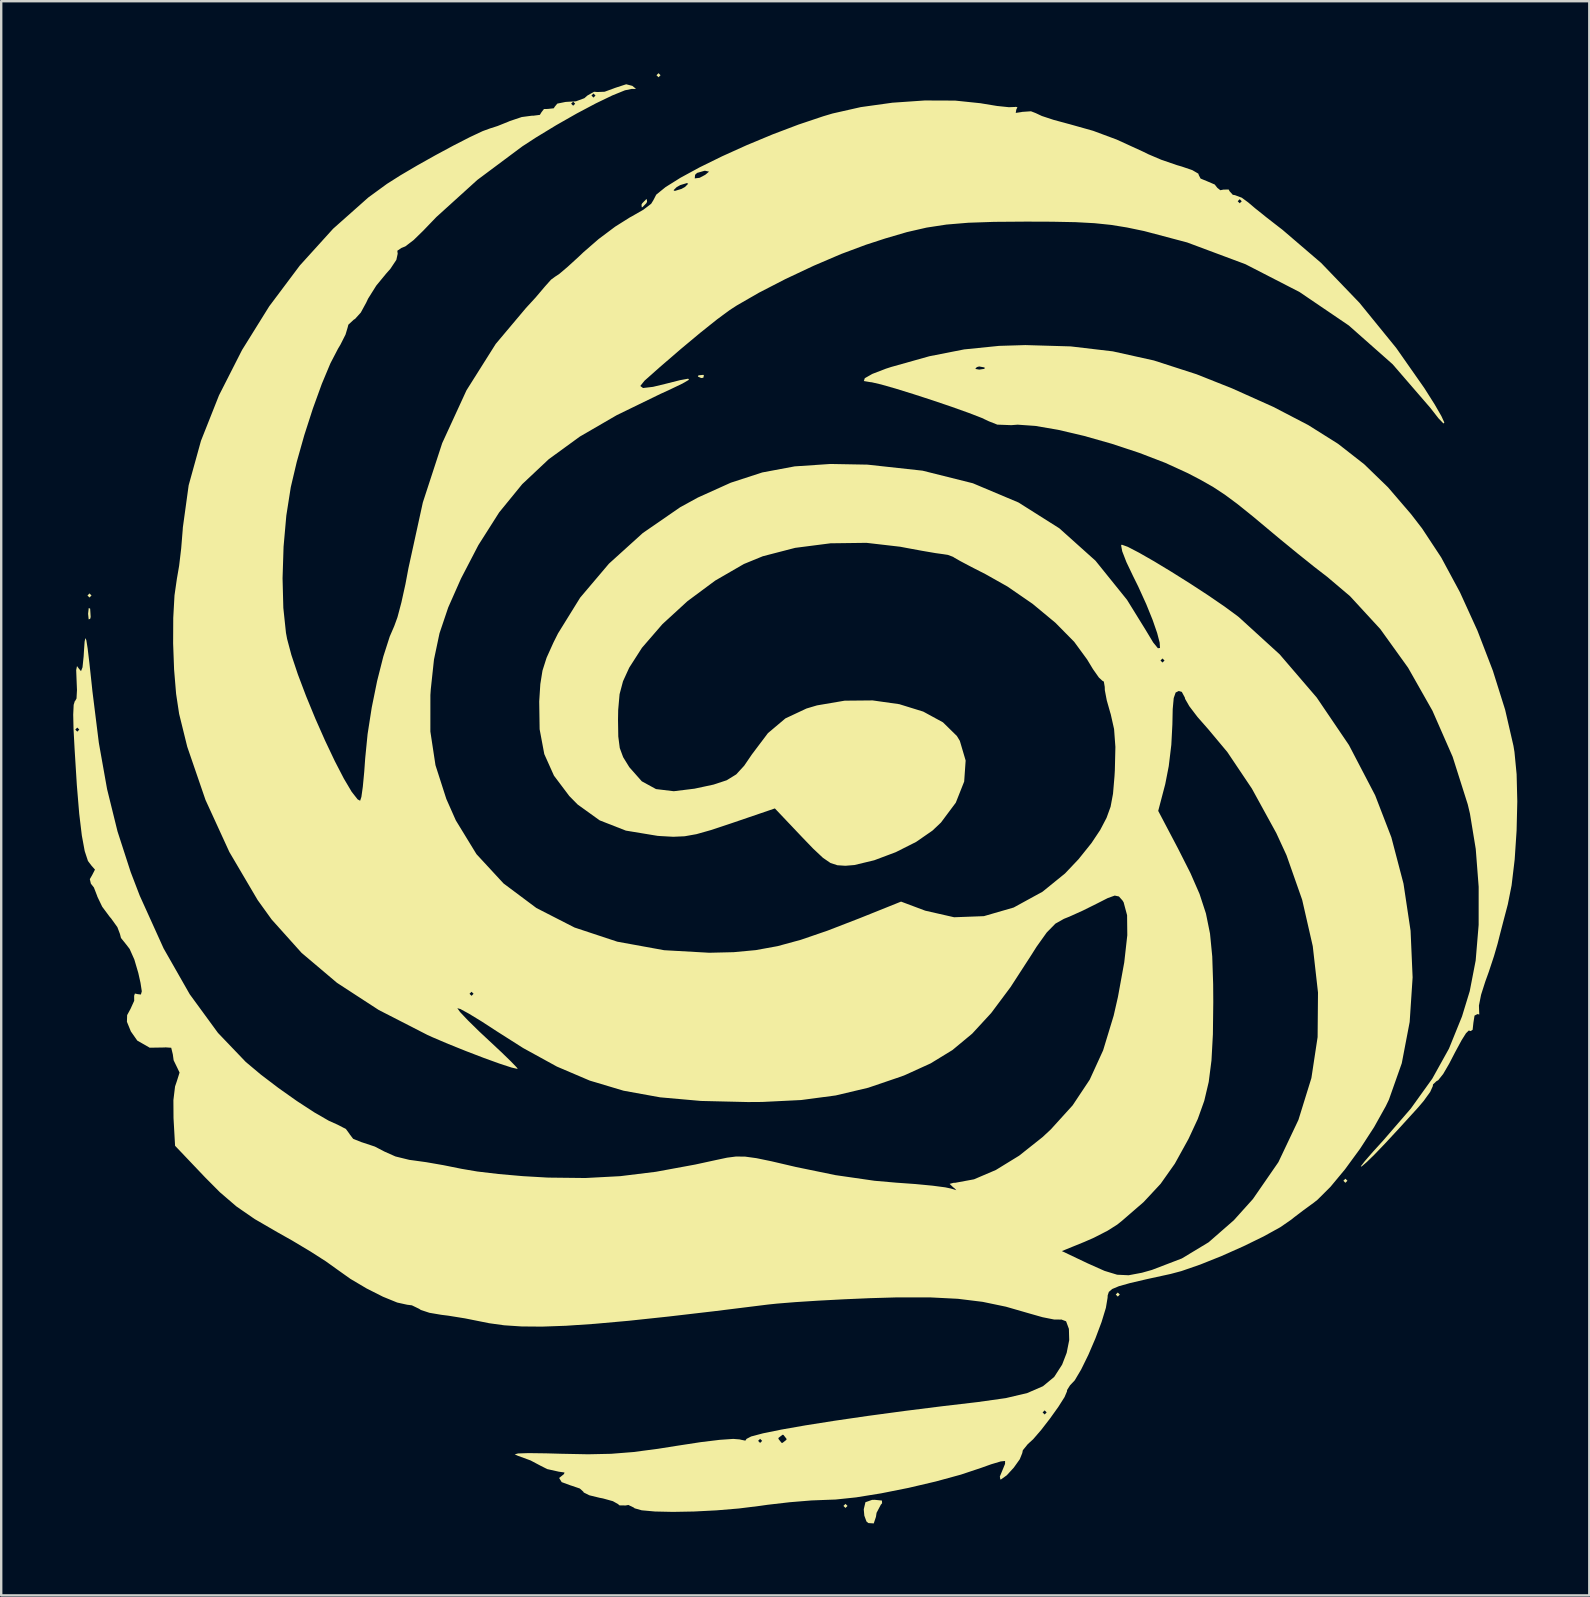
<source format=kicad_pcb>
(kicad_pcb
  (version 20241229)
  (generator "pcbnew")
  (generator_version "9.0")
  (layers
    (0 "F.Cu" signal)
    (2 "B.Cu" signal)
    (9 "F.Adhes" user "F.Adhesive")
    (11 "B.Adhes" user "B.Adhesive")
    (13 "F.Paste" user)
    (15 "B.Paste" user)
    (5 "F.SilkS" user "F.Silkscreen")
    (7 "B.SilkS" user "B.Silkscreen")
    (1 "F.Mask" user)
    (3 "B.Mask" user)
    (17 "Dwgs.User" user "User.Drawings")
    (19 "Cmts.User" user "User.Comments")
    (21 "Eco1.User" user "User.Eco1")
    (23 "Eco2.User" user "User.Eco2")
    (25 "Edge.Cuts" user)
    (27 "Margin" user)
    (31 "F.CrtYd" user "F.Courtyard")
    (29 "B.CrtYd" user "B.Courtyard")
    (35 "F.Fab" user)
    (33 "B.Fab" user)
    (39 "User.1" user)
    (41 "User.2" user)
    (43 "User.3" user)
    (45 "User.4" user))
  (footprint "silk"
    (layer "F.Cu")
    (at 29.719 29.633)
    (property "Reference" "silk" (at 0 0 0) (layer "F.SilkS") (effects (font (size 1.5 1.5) (thickness 0.3))))
    (attr board_only exclude_from_pos_files exclude_from_bom)
    (fp_poly (pts (xy -28.956 -7.874) (xy -29.041 -7.789) (xy -29.125 -7.874) (xy -29.041 -7.959)) (stroke (width 0) (type solid)) (fill yes) (layer "F.SilkS"))
    (fp_poly (pts (xy -5.249 -29.549) (xy -5.334 -29.464) (xy -5.419 -29.549) (xy -5.334 -29.633)) (stroke (width 0) (type solid)) (fill yes) (layer "F.SilkS"))
    (fp_poly (pts (xy 2.54 30.057) (xy 2.455 30.141) (xy 2.371 30.057) (xy 2.455 29.972)) (stroke (width 0) (type solid)) (fill yes) (layer "F.SilkS"))
    (fp_poly (pts (xy 13.885 21.251) (xy 13.801 21.336) (xy 13.716 21.251) (xy 13.801 21.167)) (stroke (width 0) (type solid)) (fill yes) (layer "F.SilkS"))
    (fp_poly (pts (xy 23.368 16.51) (xy 23.283 16.595) (xy 23.199 16.51) (xy 23.283 16.425)) (stroke (width 0) (type solid)) (fill yes) (layer "F.SilkS"))
    (fp_poly (pts (xy -29.013 -7.324) (xy -28.991 -6.977) (xy -29.013 -6.9) (xy -29.075 -6.879) (xy -29.099 -7.112) (xy -29.072 -7.352)) (stroke (width 0) (type solid)) (fill yes) (layer "F.SilkS"))
    (fp_poly (pts (xy -3.443 -17.046) (xy -3.466 -16.946) (xy -3.556 -16.933) (xy -3.695 -16.995) (xy -3.669 -17.046) (xy -3.468 -17.066)) (stroke (width 0) (type solid)) (fill yes) (layer "F.SilkS"))
    (fp_poly (pts (xy -5.81 -24.275) (xy -5.842 -24.215) (xy -6.002 -24.053) (xy -6.031 -24.045) (xy -6.043 -24.155) (xy -6.011 -24.215) (xy -5.852 -24.376) (xy -5.822 -24.384)) (stroke (width 0) (type solid)) (fill yes) (layer "F.SilkS"))
    (fp_poly (pts (xy 3.975 29.833) (xy 3.981 29.947) (xy 3.929 30.006) (xy 3.75 30.346) (xy 3.725 30.514) (xy 3.633 30.786) (xy 3.411 30.772) (xy 3.33 30.706) (xy 3.241 30.463) (xy 3.217 30.198) (xy 3.287 29.903) (xy 3.562 29.806) (xy 3.675 29.803)) (stroke (width 0) (type solid)) (fill yes) (layer "F.SilkS"))
    (fp_poly (pts (xy 11.84 -18.251) (xy 13.591 -18.045) (xy 15.305 -17.665) (xy 17.084 -17.09) (xy 18.56 -16.503) (xy 20.285 -15.729) (xy 21.737 -14.973) (xy 22.977 -14.193) (xy 24.064 -13.344) (xy 25.058 -12.381) (xy 26.02 -11.261) (xy 26.478 -10.667) (xy 27.274 -9.46) (xy 28.056 -8.008) (xy 28.787 -6.404) (xy 29.427 -4.741) (xy 29.939 -3.112) (xy 30.285 -1.61) (xy 30.327 -1.355) (xy 30.417 -0.425) (xy 30.445 0.704) (xy 30.416 1.924) (xy 30.336 3.126) (xy 30.208 4.202) (xy 30.05 4.995) (xy 29.874 5.663) (xy 29.708 6.303) (xy 29.624 6.636) (xy 29.473 7.155) (xy 29.257 7.808) (xy 29.112 8.21) (xy 28.936 8.762) (xy 28.847 9.211) (xy 28.854 9.415) (xy 28.862 9.583) (xy 28.785 9.566) (xy 28.663 9.63) (xy 28.617 9.924) (xy 28.584 10.22) (xy 28.505 10.274) (xy 28.424 10.251) (xy 28.308 10.363) (xy 28.125 10.655) (xy 27.844 11.175) (xy 27.602 11.642) (xy 27.356 12.064) (xy 27.148 12.323) (xy 27.078 12.361) (xy 26.934 12.495) (xy 26.923 12.573) (xy 26.816 12.809) (xy 26.542 13.188) (xy 26.309 13.462) (xy 25.522 14.326) (xy 24.925 14.97) (xy 24.486 15.427) (xy 24.172 15.733) (xy 23.956 15.917) (xy 23.926 15.907) (xy 24.096 15.688) (xy 24.435 15.299) (xy 24.868 14.822) (xy 26.01 13.501) (xy 26.903 12.257) (xy 27.598 11.006) (xy 28.142 9.663) (xy 28.464 8.611) (xy 28.711 7.335) (xy 28.835 5.852) (xy 28.836 4.266) (xy 28.714 2.686) (xy 28.473 1.217) (xy 28.382 0.833) (xy 27.752 -1.153) (xy 26.911 -3.071) (xy 25.895 -4.864) (xy 24.738 -6.474) (xy 23.475 -7.846) (xy 22.532 -8.645) (xy 21.983 -9.069) (xy 21.293 -9.622) (xy 20.575 -10.21) (xy 20.267 -10.467) (xy 19.438 -11.16) (xy 18.794 -11.678) (xy 18.263 -12.072) (xy 17.778 -12.391) (xy 17.266 -12.683) (xy 16.727 -12.965) (xy 15.783 -13.398) (xy 14.7 -13.814) (xy 13.549 -14.195) (xy 12.397 -14.522) (xy 11.314 -14.776) (xy 10.369 -14.938) (xy 9.63 -14.99) (xy 9.363 -14.97) (xy 8.781 -14.992) (xy 8.432 -15.13) (xy 8.13 -15.272) (xy 7.589 -15.481) (xy 6.884 -15.733) (xy 6.091 -16.002) (xy 5.285 -16.264) (xy 4.543 -16.494) (xy 3.94 -16.666) (xy 3.552 -16.756) (xy 3.479 -16.764) (xy 3.221 -16.808) (xy 3.261 -16.928) (xy 3.574 -17.105) (xy 4.113 -17.312) (xy 7.863 -17.312) (xy 8.029 -17.285) (xy 8.249 -17.317) (xy 8.251 -17.374) (xy 8.025 -17.415) (xy 7.927 -17.388) (xy 7.863 -17.312) (xy 4.113 -17.312) (xy 4.131 -17.32) (xy 4.36 -17.394) (xy 5.951 -17.841) (xy 7.401 -18.126) (xy 8.854 -18.273) (xy 9.95 -18.306)) (stroke (width 0) (type solid)) (fill yes) (layer "F.SilkS"))
    (fp_poly (pts (xy -6.425 -29.106) (xy -6.269 -28.98) (xy -6.41 -28.978) (xy -6.435 -28.982) (xy -6.731 -28.921) (xy -7.254 -28.709) (xy -7.945 -28.376) (xy -8.745 -27.952) (xy -9.595 -27.468) (xy -10.437 -26.956) (xy -11.01 -26.583) (xy -12.882 -25.187) (xy -14.59 -23.64) (xy -15.136 -23.072) (xy -15.538 -22.68) (xy -15.882 -22.418) (xy -16.046 -22.352) (xy -16.216 -22.236) (xy -16.2 -22.113) (xy -16.256 -21.857) (xy -16.506 -21.481) (xy -16.68 -21.285) (xy -17.093 -20.783) (xy -17.434 -20.24) (xy -17.508 -20.082) (xy -17.737 -19.661) (xy -17.979 -19.394) (xy -18.026 -19.368) (xy -18.256 -19.155) (xy -18.288 -19.029) (xy -18.373 -18.745) (xy -18.587 -18.321) (xy -18.685 -18.158) (xy -19.003 -17.547) (xy -19.362 -16.688) (xy -19.734 -15.662) (xy -20.092 -14.551) (xy -20.406 -13.438) (xy -20.65 -12.405) (xy -20.656 -12.376) (xy -20.84 -11.205) (xy -20.955 -9.907) (xy -20.997 -8.59) (xy -20.965 -7.357) (xy -20.855 -6.317) (xy -20.807 -6.062) (xy -20.63 -5.397) (xy -20.359 -4.586) (xy -20.018 -3.685) (xy -19.632 -2.746) (xy -19.224 -1.824) (xy -18.82 -0.973) (xy -18.443 -0.245) (xy -18.118 0.304) (xy -17.869 0.621) (xy -17.765 0.677) (xy -17.713 0.52) (xy -17.653 0.094) (xy -17.594 -0.53) (xy -17.554 -1.09) (xy -17.454 -2.1) (xy -17.282 -3.204) (xy -17.057 -4.311) (xy -16.8 -5.327) (xy -16.532 -6.163) (xy -16.344 -6.598) (xy -16.209 -6.969) (xy -16.046 -7.583) (xy -15.877 -8.348) (xy -15.752 -9.013) (xy -15.152 -11.751) (xy -14.346 -14.221) (xy -13.334 -16.422) (xy -12.116 -18.354) (xy -10.858 -19.849) (xy -10.452 -20.291) (xy -10.085 -20.724) (xy -10.075 -20.736) (xy -9.811 -21.032) (xy -9.632 -21.164) (xy -9.627 -21.165) (xy -9.463 -21.275) (xy -9.119 -21.567) (xy -8.659 -21.987) (xy -8.462 -22.174) (xy -7.831 -22.722) (xy -7.14 -23.24) (xy -6.525 -23.627) (xy -6.455 -23.664) (xy -5.968 -23.943) (xy -5.639 -24.195) (xy -5.575 -24.299) (xy 18.796 -24.299) (xy 18.881 -24.215) (xy 18.965 -24.299) (xy 18.881 -24.384) (xy 18.796 -24.299) (xy -5.575 -24.299) (xy -5.545 -24.348) (xy -5.429 -24.573) (xy -5.201 -24.758) (xy -4.708 -24.758) (xy -4.657 -24.728) (xy -4.378 -24.812) (xy -4.233 -24.892) (xy -4.098 -25.026) (xy -4.149 -25.056) (xy -4.427 -24.972) (xy -4.572 -24.892) (xy -4.708 -24.758) (xy -5.201 -24.758) (xy -5.039 -24.889) (xy -4.462 -25.25) (xy -3.824 -25.25) (xy -3.622 -25.275) (xy -3.387 -25.4) (xy -3.228 -25.532) (xy -3.381 -25.566) (xy -3.419 -25.567) (xy -3.725 -25.48) (xy -3.81 -25.4) (xy -3.824 -25.25) (xy -4.462 -25.25) (xy -4.421 -25.276) (xy -3.621 -25.711) (xy -2.683 -26.172) (xy -1.654 -26.637) (xy -0.578 -27.085) (xy 0.498 -27.493) (xy 1.529 -27.839) (xy 1.915 -27.954) (xy 3.091 -28.22) (xy 4.41 -28.404) (xy 5.759 -28.497) (xy 7.024 -28.492) (xy 8.091 -28.381) (xy 8.152 -28.37) (xy 8.771 -28.268) (xy 9.263 -28.217) (xy 9.532 -28.227) (xy 9.546 -28.233) (xy 9.619 -28.216) (xy 9.572 -28.117) (xy 9.549 -27.979) (xy 9.787 -28.014) (xy 9.808 -28.021) (xy 10.184 -28.047) (xy 10.38 -27.971) (xy 10.638 -27.85) (xy 11.124 -27.69) (xy 11.736 -27.524) (xy 11.769 -27.516) (xy 12.774 -27.233) (xy 13.756 -26.868) (xy 14.85 -26.367) (xy 15.071 -26.258) (xy 15.616 -26.026) (xy 16.262 -25.804) (xy 16.465 -25.745) (xy 16.907 -25.594) (xy 17.156 -25.449) (xy 17.177 -25.384) (xy 17.25 -25.244) (xy 17.519 -25.133) (xy 17.839 -24.996) (xy 17.949 -24.856) (xy 18.073 -24.758) (xy 18.203 -24.784) (xy 18.421 -24.787) (xy 18.457 -24.717) (xy 18.592 -24.567) (xy 18.679 -24.553) (xy 18.965 -24.447) (xy 19.23 -24.253) (xy 19.519 -24.008) (xy 19.987 -23.633) (xy 20.544 -23.2) (xy 20.659 -23.112) (xy 22.273 -21.728) (xy 23.87 -20.067) (xy 25.399 -18.188) (xy 26.572 -16.514) (xy 27.002 -15.835) (xy 27.282 -15.349) (xy 27.406 -15.078) (xy 27.37 -15.039) (xy 27.165 -15.251) (xy 26.82 -15.693) (xy 25.251 -17.508) (xy 23.426 -19.122) (xy 21.372 -20.517) (xy 19.118 -21.676) (xy 16.691 -22.582) (xy 14.901 -23.056) (xy 14.183 -23.206) (xy 13.522 -23.313) (xy 12.836 -23.384) (xy 12.045 -23.427) (xy 11.068 -23.446) (xy 9.991 -23.45) (xy 8.654 -23.44) (xy 7.572 -23.403) (xy 6.661 -23.327) (xy 5.837 -23.201) (xy 5.016 -23.013) (xy 4.115 -22.749) (xy 3.302 -22.484) (xy 2.279 -22.102) (xy 1.129 -21.61) (xy -0.048 -21.056) (xy -1.148 -20.489) (xy -2.068 -19.959) (xy -2.362 -19.769) (xy -2.876 -19.391) (xy -3.577 -18.832) (xy -4.401 -18.145) (xy -5.288 -17.38) (xy -5.917 -16.822) (xy -6.093 -16.602) (xy -5.978 -16.517) (xy -5.563 -16.566) (xy -5.072 -16.684) (xy -4.434 -16.845) (xy -4.097 -16.906) (xy -4.064 -16.861) (xy -4.338 -16.702) (xy -4.921 -16.423) (xy -5.249 -16.274) (xy -7.074 -15.386) (xy -8.611 -14.494) (xy -9.908 -13.55) (xy -11.012 -12.512) (xy -11.973 -11.335) (xy -12.838 -9.973) (xy -13.562 -8.58) (xy -14.095 -7.376) (xy -14.458 -6.299) (xy -14.688 -5.208) (xy -14.822 -3.963) (xy -14.838 -3.725) (xy -14.839 -2.206) (xy -14.626 -0.803) (xy -14.174 0.603) (xy -13.779 1.495) (xy -12.919 2.902) (xy -11.791 4.123) (xy -10.421 5.147) (xy -8.832 5.96) (xy -7.05 6.55) (xy -5.099 6.905) (xy -3.217 7.011) (xy -2.202 6.987) (xy -1.281 6.901) (xy -0.375 6.736) (xy 0.594 6.472) (xy 1.705 6.091) (xy 3.037 5.576) (xy 3.077 5.56) (xy 4.771 4.88) (xy 5.779 5.258) (xy 6.982 5.532) (xy 8.222 5.486) (xy 9.462 5.127) (xy 10.667 4.467) (xy 11.603 3.707) (xy 12.164 3.115) (xy 12.702 2.445) (xy 13.067 1.898) (xy 13.332 1.392) (xy 13.501 0.927) (xy 13.602 0.385) (xy 13.664 -0.348) (xy 13.678 -0.59) (xy 13.701 -1.563) (xy 13.646 -2.309) (xy 13.506 -2.932) (xy 13.49 -2.981) (xy 13.341 -3.507) (xy 13.261 -3.927) (xy 13.257 -4.064) (xy 13.219 -4.288) (xy 13.162 -4.318) (xy 13.015 -4.453) (xy 12.767 -4.805) (xy 12.549 -5.165) (xy 15.579 -5.165) (xy 15.663 -5.08) (xy 15.748 -5.165) (xy 15.663 -5.249) (xy 15.579 -5.165) (xy 12.549 -5.165) (xy 12.525 -5.205) (xy 11.985 -5.943) (xy 11.202 -6.737) (xy 10.251 -7.526) (xy 9.204 -8.247) (xy 8.297 -8.758) (xy 7.706 -9.06) (xy 7.239 -9.307) (xy 6.973 -9.459) (xy 6.943 -9.482) (xy 6.722 -9.565) (xy 6.519 -9.596) (xy 6.202 -9.64) (xy 5.654 -9.734) (xy 4.976 -9.859) (xy 4.741 -9.904) (xy 3.331 -10.067) (xy 1.834 -10.048) (xy 0.36 -9.858) (xy -0.987 -9.509) (xy -1.778 -9.185) (xy -2.972 -8.494) (xy -4.127 -7.637) (xy -5.169 -6.682) (xy -6.023 -5.695) (xy -6.554 -4.866) (xy -6.813 -4.3) (xy -6.956 -3.761) (xy -7.014 -3.105) (xy -7.021 -2.696) (xy -7.01 -1.998) (xy -6.948 -1.518) (xy -6.807 -1.137) (xy -6.558 -0.733) (xy -6.544 -0.713) (xy -6.03 -0.132) (xy -5.438 0.192) (xy -4.697 0.281) (xy -3.834 0.175) (xy -3.041 0.005) (xy -2.492 -0.176) (xy -2.096 -0.42) (xy -1.763 -0.783) (xy -1.44 -1.257) (xy -0.775 -2.139) (xy -0.048 -2.752) (xy 0.832 -3.165) (xy 1.27 -3.295) (xy 2.422 -3.491) (xy 3.586 -3.502) (xy 4.698 -3.345) (xy 5.696 -3.036) (xy 6.517 -2.589) (xy 7.097 -2.02) (xy 7.22 -1.817) (xy 7.462 -0.998) (xy 7.401 -0.122) (xy 7.052 0.758) (xy 6.433 1.587) (xy 6.078 1.923) (xy 5.399 2.393) (xy 4.55 2.821) (xy 3.653 3.158) (xy 2.829 3.356) (xy 2.452 3.387) (xy 2.117 3.365) (xy 1.829 3.27) (xy 1.516 3.055) (xy 1.108 2.672) (xy 0.646 2.192) (xy -0.486 0.998) (xy -2.311 1.621) (xy -3.14 1.897) (xy -3.752 2.07) (xy -4.245 2.158) (xy -4.72 2.179) (xy -5.277 2.148) (xy -5.378 2.14) (xy -6.696 1.922) (xy -7.785 1.495) (xy -8.703 0.835) (xy -9.052 0.48) (xy -9.69 -0.368) (xy -10.093 -1.267) (xy -10.287 -2.302) (xy -10.304 -3.46) (xy -10.258 -4.181) (xy -10.168 -4.743) (xy -9.998 -5.277) (xy -9.712 -5.912) (xy -9.521 -6.293) (xy -8.597 -7.785) (xy -7.398 -9.2) (xy -5.989 -10.475) (xy -4.433 -11.549) (xy -3.692 -11.955) (xy -2.322 -12.573) (xy -1.01 -13) (xy 0.342 -13.253) (xy 1.828 -13.353) (xy 3.372 -13.325) (xy 5.666 -13.074) (xy 7.763 -12.549) (xy 9.662 -11.749) (xy 11.365 -10.673) (xy 12.872 -9.322) (xy 14.185 -7.693) (xy 14.963 -6.435) (xy 15.276 -5.915) (xy 15.471 -5.677) (xy 15.559 -5.686) (xy 15.546 -5.908) (xy 15.441 -6.309) (xy 15.252 -6.856) (xy 14.986 -7.513) (xy 14.652 -8.248) (xy 14.439 -8.678) (xy 14.159 -9.266) (xy 13.985 -9.716) (xy 13.939 -9.963) (xy 13.966 -9.991) (xy 14.216 -9.901) (xy 14.685 -9.657) (xy 15.316 -9.296) (xy 16.046 -8.854) (xy 16.818 -8.369) (xy 17.571 -7.877) (xy 18.246 -7.415) (xy 18.783 -7.02) (xy 18.844 -6.972) (xy 20.543 -5.423) (xy 22.088 -3.623) (xy 23.431 -1.642) (xy 24.523 0.451) (xy 25.198 2.201) (xy 25.704 4.131) (xy 25.999 6.096) (xy 26.084 8.037) (xy 25.961 9.896) (xy 25.632 11.615) (xy 25.096 13.133) (xy 24.966 13.403) (xy 24.48 14.274) (xy 23.895 15.176) (xy 23.269 16.032) (xy 22.659 16.766) (xy 22.123 17.3) (xy 21.968 17.423) (xy 21.511 17.757) (xy 21.147 18.034) (xy 21.028 18.13) (xy 20.572 18.445) (xy 19.879 18.828) (xy 19.035 19.24) (xy 18.126 19.645) (xy 17.237 20.001) (xy 16.452 20.273) (xy 16.002 20.393) (xy 15.016 20.608) (xy 14.314 20.772) (xy 13.847 20.903) (xy 13.568 21.02) (xy 13.428 21.141) (xy 13.38 21.284) (xy 13.375 21.385) (xy 13.305 21.804) (xy 13.125 22.395) (xy 12.869 23.077) (xy 12.574 23.764) (xy 12.274 24.375) (xy 12.006 24.827) (xy 11.811 25.033) (xy 11.689 25.228) (xy 11.683 25.287) (xy 11.583 25.522) (xy 11.327 25.926) (xy 10.98 26.412) (xy 10.608 26.893) (xy 10.275 27.279) (xy 10.051 27.483) (xy 9.844 27.739) (xy 9.821 27.855) (xy 9.717 28.113) (xy 9.469 28.461) (xy 9.177 28.78) (xy 8.94 28.95) (xy 8.907 28.956) (xy 8.887 28.832) (xy 8.982 28.603) (xy 9.104 28.306) (xy 9.105 28.184) (xy 8.925 28.203) (xy 8.526 28.322) (xy 8.118 28.468) (xy 7.261 28.754) (xy 6.217 29.039) (xy 5.079 29.306) (xy 3.942 29.533) (xy 2.899 29.701) (xy 2.044 29.791) (xy 1.763 29.801) (xy 1.037 29.829) (xy 0.134 29.903) (xy -0.79 30.01) (xy -1.115 30.056) (xy -1.985 30.164) (xy -2.921 30.242) (xy -3.858 30.29) (xy -4.732 30.306) (xy -5.479 30.29) (xy -6.033 30.24) (xy -6.331 30.156) (xy -6.357 30.13) (xy -6.589 30.017) (xy -6.7 30.038) (xy -6.96 30.034) (xy -7.023 29.979) (xy -7.234 29.86) (xy -7.648 29.745) (xy -7.79 29.718) (xy -8.213 29.615) (xy -8.449 29.498) (xy -8.467 29.463) (xy -8.613 29.332) (xy -8.964 29.212) (xy -8.975 29.21) (xy -9.368 29.066) (xy -9.474 28.893) (xy -9.271 28.729) (xy -9.251 28.664) (xy -9.487 28.631) (xy -9.97 28.523) (xy -10.259 28.377) (xy -10.665 28.162) (xy -11.17 27.977) (xy -11.186 27.972) (xy -11.325 27.909) (xy -11.186 27.871) (xy -10.752 27.857) (xy -10.008 27.867) (xy -9.398 27.884) (xy -8.268 27.906) (xy -7.312 27.886) (xy -6.39 27.813) (xy -5.367 27.679) (xy -4.572 27.553) (xy -3.582 27.401) (xy -3.14 27.347) (xy -1.185 27.347) (xy -1.101 27.432) (xy -1.016 27.347) (xy -1.101 27.263) (xy -0.339 27.263) (xy -0.21 27.427) (xy -0.169 27.432) (xy -0.005 27.303) (xy 0 27.263) (xy -0.129 27.098) (xy -0.169 27.093) (xy -0.334 27.222) (xy -0.339 27.263) (xy -1.101 27.263) (xy -1.185 27.347) (xy -3.14 27.347) (xy -2.782 27.304) (xy -2.218 27.265) (xy -1.935 27.288) (xy -1.921 27.296) (xy -1.716 27.337) (xy -1.665 27.263) (xy -1.475 27.164) (xy -0.981 27.033) (xy -0.216 26.877) (xy 0.787 26.701) (xy 1.995 26.51) (xy 3.374 26.309) (xy 4.465 26.162) (xy 10.668 26.162) (xy 10.753 26.247) (xy 10.837 26.162) (xy 10.753 26.077) (xy 10.668 26.162) (xy 4.465 26.162) (xy 4.892 26.104) (xy 6.516 25.9) (xy 7.959 25.731) (xy 9.138 25.565) (xy 10.03 25.354) (xy 10.684 25.07) (xy 11.151 24.684) (xy 11.482 24.17) (xy 11.671 23.681) (xy 11.777 23.148) (xy 11.764 22.681) (xy 11.647 22.365) (xy 11.441 22.288) (xy 11.42 22.294) (xy 11.148 22.291) (xy 10.665 22.195) (xy 10.124 22.041) (xy 9.14 21.757) (xy 8.17 21.555) (xy 7.139 21.428) (xy 5.974 21.369) (xy 4.6 21.369) (xy 3.471 21.402) (xy 2.387 21.449) (xy 1.327 21.505) (xy 0.374 21.566) (xy -0.385 21.627) (xy -0.762 21.666) (xy -2.995 21.943) (xy -4.924 22.168) (xy -6.578 22.344) (xy -7.987 22.47) (xy -9.18 22.551) (xy -10.187 22.587) (xy -11.039 22.58) (xy -11.764 22.532) (xy -12.392 22.445) (xy -12.7 22.383) (xy -13.393 22.244) (xy -14.095 22.131) (xy -14.383 22.095) (xy -14.879 22.011) (xy -15.236 21.893) (xy -15.306 21.846) (xy -15.609 21.7) (xy -15.807 21.675) (xy -16.22 21.584) (xy -16.813 21.342) (xy -17.494 20.998) (xy -18.168 20.599) (xy -18.742 20.191) (xy -18.746 20.188) (xy -19.191 19.869) (xy -19.841 19.453) (xy -19.863 19.44) (xy 11.47 19.44) (xy 12.55 19.953) (xy 13.249 20.265) (xy 13.775 20.425) (xy 14.253 20.447) (xy 14.805 20.343) (xy 15.223 20.225) (xy 16.47 19.747) (xy 17.584 19.074) (xy 18.635 18.156) (xy 19.43 17.272) (xy 20.492 15.735) (xy 21.326 13.976) (xy 21.867 12.231) (xy 22.126 10.524) (xy 22.142 8.668) (xy 21.924 6.737) (xy 21.483 4.806) (xy 20.83 2.948) (xy 20.406 2.028) (xy 19.386 0.17) (xy 18.364 -1.352) (xy 17.568 -2.304) (xy 17.12 -2.814) (xy 16.781 -3.26) (xy 16.606 -3.565) (xy 16.595 -3.62) (xy 16.468 -3.857) (xy 16.341 -3.895) (xy 16.211 -3.83) (xy 16.131 -3.599) (xy 16.089 -3.14) (xy 16.075 -2.498) (xy 16.031 -1.653) (xy 15.924 -0.764) (xy 15.779 -0.02) (xy 15.774 0) (xy 15.485 1.101) (xy 16.31 2.669) (xy 16.827 3.691) (xy 17.208 4.563) (xy 17.473 5.375) (xy 17.643 6.213) (xy 17.736 7.166) (xy 17.774 8.321) (xy 17.779 9.066) (xy 17.763 10.412) (xy 17.704 11.496) (xy 17.589 12.394) (xy 17.403 13.181) (xy 17.134 13.934) (xy 16.766 14.727) (xy 16.742 14.776) (xy 16.177 15.799) (xy 15.584 16.639) (xy 14.876 17.399) (xy 13.967 18.186) (xy 13.779 18.336) (xy 13.375 18.592) (xy 12.805 18.884) (xy 12.406 19.059) (xy 11.47 19.44) (xy -19.863 19.44) (xy -20.6 18.999) (xy -21.211 18.655) (xy -22.161 18.104) (xy -22.918 17.581) (xy -23.604 16.992) (xy -24.219 16.374) (xy -25.475 15.053) (xy -25.54 13.899) (xy -25.545 13.152) (xy -25.476 12.582) (xy -25.402 12.365) (xy -25.288 12.003) (xy -25.384 11.801) (xy -25.535 11.491) (xy -25.569 11.243) (xy -25.636 10.969) (xy -25.887 10.952) (xy -25.905 10.957) (xy -26.532 10.967) (xy -27.049 10.671) (xy -27.317 10.289) (xy -27.481 9.887) (xy -27.472 9.609) (xy -27.332 9.351) (xy -27.178 9.012) (xy -27.18 8.802) (xy -27.148 8.71) (xy -27.03 8.736) (xy -26.899 8.751) (xy -26.861 8.616) (xy -26.915 8.265) (xy -27.007 7.853) (xy -27.173 7.29) (xy -27.368 6.853) (xy -27.502 6.678) (xy -27.729 6.395) (xy -27.771 6.229) (xy -27.879 5.944) (xy -28.144 5.575) (xy -28.193 5.521) (xy -28.511 5.093) (xy -28.713 4.673) (xy -28.719 4.648) (xy -28.857 4.292) (xy -28.983 4.132) (xy -29.027 3.942) (xy -28.933 3.782) (xy -28.812 3.546) (xy -28.951 3.39) (xy -29.104 3.189) (xy -29.24 2.775) (xy -29.36 2.124) (xy -29.469 1.214) (xy -29.568 0.022) (xy -29.661 -1.475) (xy -29.704 -2.286) (xy -29.633 -2.286) (xy -29.549 -2.201) (xy -29.464 -2.286) (xy -29.549 -2.371) (xy -29.633 -2.286) (xy -29.704 -2.286) (xy -29.706 -2.327) (xy -29.719 -2.909) (xy -29.7 -3.318) (xy -29.65 -3.478) (xy -29.641 -3.476) (xy -29.581 -3.582) (xy -29.562 -3.938) (xy -29.576 -4.281) (xy -29.595 -4.766) (xy -29.561 -4.933) (xy -29.482 -4.826) (xy -29.394 -4.721) (xy -29.331 -4.882) (xy -29.284 -5.339) (xy -29.269 -5.588) (xy -29.244 -5.948) (xy -29.214 -6.099) (xy -29.173 -6.014) (xy -29.118 -5.671) (xy -29.043 -5.044) (xy -28.942 -4.109) (xy -28.92 -3.895) (xy -28.65 -1.728) (xy -28.308 0.192) (xy -27.873 1.955) (xy -27.325 3.648) (xy -26.948 4.631) (xy -25.953 6.83) (xy -24.863 8.742) (xy -23.688 10.35) (xy -22.531 11.559) (xy -21.903 12.086) (xy -21.167 12.646) (xy -20.399 13.189) (xy -19.675 13.661) (xy -19.07 14.01) (xy -18.711 14.171) (xy -18.358 14.353) (xy -18.204 14.563) (xy -18.203 14.57) (xy -18.056 14.763) (xy -17.702 14.905) (xy -17.692 14.907) (xy -17.152 15.086) (xy -16.744 15.298) (xy -16.293 15.498) (xy -15.714 15.64) (xy -15.561 15.66) (xy -15.012 15.736) (xy -14.29 15.862) (xy -13.55 16.011) (xy -13.546 16.012) (xy -12.882 16.125) (xy -11.992 16.23) (xy -10.989 16.318) (xy -9.984 16.376) (xy -9.904 16.379) (xy -8.381 16.396) (xy -6.93 16.319) (xy -5.442 16.136) (xy -3.806 15.835) (xy -2.918 15.642) (xy -2.476 15.548) (xy -2.103 15.5) (xy -1.721 15.505) (xy -1.253 15.569) (xy -0.621 15.7) (xy 0.252 15.904) (xy 0.384 15.935) (xy 2.04 16.276) (xy 3.668 16.511) (xy 4.572 16.59) (xy 5.381 16.648) (xy 6.09 16.716) (xy 6.615 16.785) (xy 6.858 16.837) (xy 7.072 16.904) (xy 6.996 16.821) (xy 6.943 16.783) (xy 6.795 16.64) (xy 6.954 16.597) (xy 7.027 16.595) (xy 7.811 16.45) (xy 8.721 16.061) (xy 9.693 15.464) (xy 10.664 14.693) (xy 11.013 14.368) (xy 11.919 13.369) (xy 12.632 12.297) (xy 13.19 11.076) (xy 13.629 9.632) (xy 13.807 8.852) (xy 14.07 7.412) (xy 14.197 6.279) (xy 14.188 5.446) (xy 14.044 4.909) (xy 13.997 4.834) (xy 13.848 4.666) (xy 13.674 4.629) (xy 13.383 4.733) (xy 12.938 4.959) (xy 12.351 5.251) (xy 11.788 5.505) (xy 11.556 5.598) (xy 11.203 5.797) (xy 10.84 6.167) (xy 10.413 6.766) (xy 10.208 7.091) (xy 9.333 8.442) (xy 8.525 9.524) (xy 7.734 10.382) (xy 6.91 11.066) (xy 6.002 11.621) (xy 4.959 12.096) (xy 4.78 12.166) (xy 3.403 12.635) (xy 2.048 12.956) (xy 0.61 13.147) (xy -1.016 13.227) (xy -1.609 13.231) (xy -3.567 13.185) (xy -5.269 13.034) (xy -6.788 12.759) (xy -8.197 12.338) (xy -9.568 11.753) (xy -10.973 10.981) (xy -12.065 10.287) (xy -12.707 9.87) (xy -13.233 9.549) (xy -13.587 9.356) (xy -13.716 9.321) (xy -13.599 9.484) (xy -13.282 9.82) (xy -12.819 10.275) (xy -12.414 10.654) (xy -11.888 11.145) (xy -11.481 11.54) (xy -11.241 11.789) (xy -11.199 11.853) (xy -11.462 11.792) (xy -11.959 11.629) (xy -12.614 11.392) (xy -13.349 11.11) (xy -14.088 10.813) (xy -14.752 10.53) (xy -14.955 10.438) (xy -16.992 9.394) (xy -18.027 8.721) (xy -13.208 8.721) (xy -13.123 8.805) (xy -13.039 8.721) (xy -13.123 8.636) (xy -13.208 8.721) (xy -18.027 8.721) (xy -18.731 8.262) (xy -20.205 7.015) (xy -21.451 5.626) (xy -22.035 4.815) (xy -23.213 2.814) (xy -24.206 0.647) (xy -24.968 -1.572) (xy -25.306 -2.942) (xy -25.432 -3.776) (xy -25.516 -4.79) (xy -25.556 -5.879) (xy -25.551 -6.942) (xy -25.499 -7.877) (xy -25.398 -8.581) (xy -25.396 -8.59) (xy -25.306 -9.111) (xy -25.221 -9.828) (xy -25.158 -10.598) (xy -25.151 -10.707) (xy -24.909 -12.464) (xy -24.396 -14.318) (xy -23.644 -16.215) (xy -22.685 -18.101) (xy -21.552 -19.922) (xy -20.276 -21.624) (xy -18.89 -23.154) (xy -17.425 -24.455) (xy -16.648 -25.022) (xy -16.088 -25.377) (xy -15.39 -25.788) (xy -14.625 -26.217) (xy -13.867 -26.625) (xy -13.187 -26.973) (xy -12.656 -27.222) (xy -12.354 -27.332) (xy -12.041 -27.432) (xy -11.596 -27.611) (xy -11.524 -27.642) (xy -11.031 -27.807) (xy -10.598 -27.864) (xy -10.559 -27.861) (xy -10.277 -27.897) (xy -10.21 -28.007) (xy -10.107 -28.14) (xy -9.948 -28.144) (xy -9.699 -28.171) (xy -9.652 -28.243) (xy -9.553 -28.363) (xy -8.975 -28.363) (xy -8.89 -28.279) (xy -8.805 -28.363) (xy -8.89 -28.448) (xy -8.975 -28.363) (xy -9.553 -28.363) (xy -9.55 -28.366) (xy -9.208 -28.436) (xy -8.774 -28.462) (xy -8.422 -28.592) (xy -8.298 -28.702) (xy -8.128 -28.702) (xy -8.043 -28.617) (xy -7.959 -28.702) (xy -8.043 -28.787) (xy -8.128 -28.702) (xy -8.298 -28.702) (xy -8.296 -28.703) (xy -8.021 -28.86) (xy -7.877 -28.849) (xy -7.579 -28.861) (xy -7.173 -29.009) (xy -7.16 -29.016) (xy -6.68 -29.172)) (stroke (width 0) (type solid)) (fill yes) (layer "F.SilkS")))
  (gr_rect
    (start -3 -3)
    (end 63.164 63.419)
    (stroke (width 0.1) (type default))
    (fill no)
    (layer "Edge.Cuts")))
</source>
